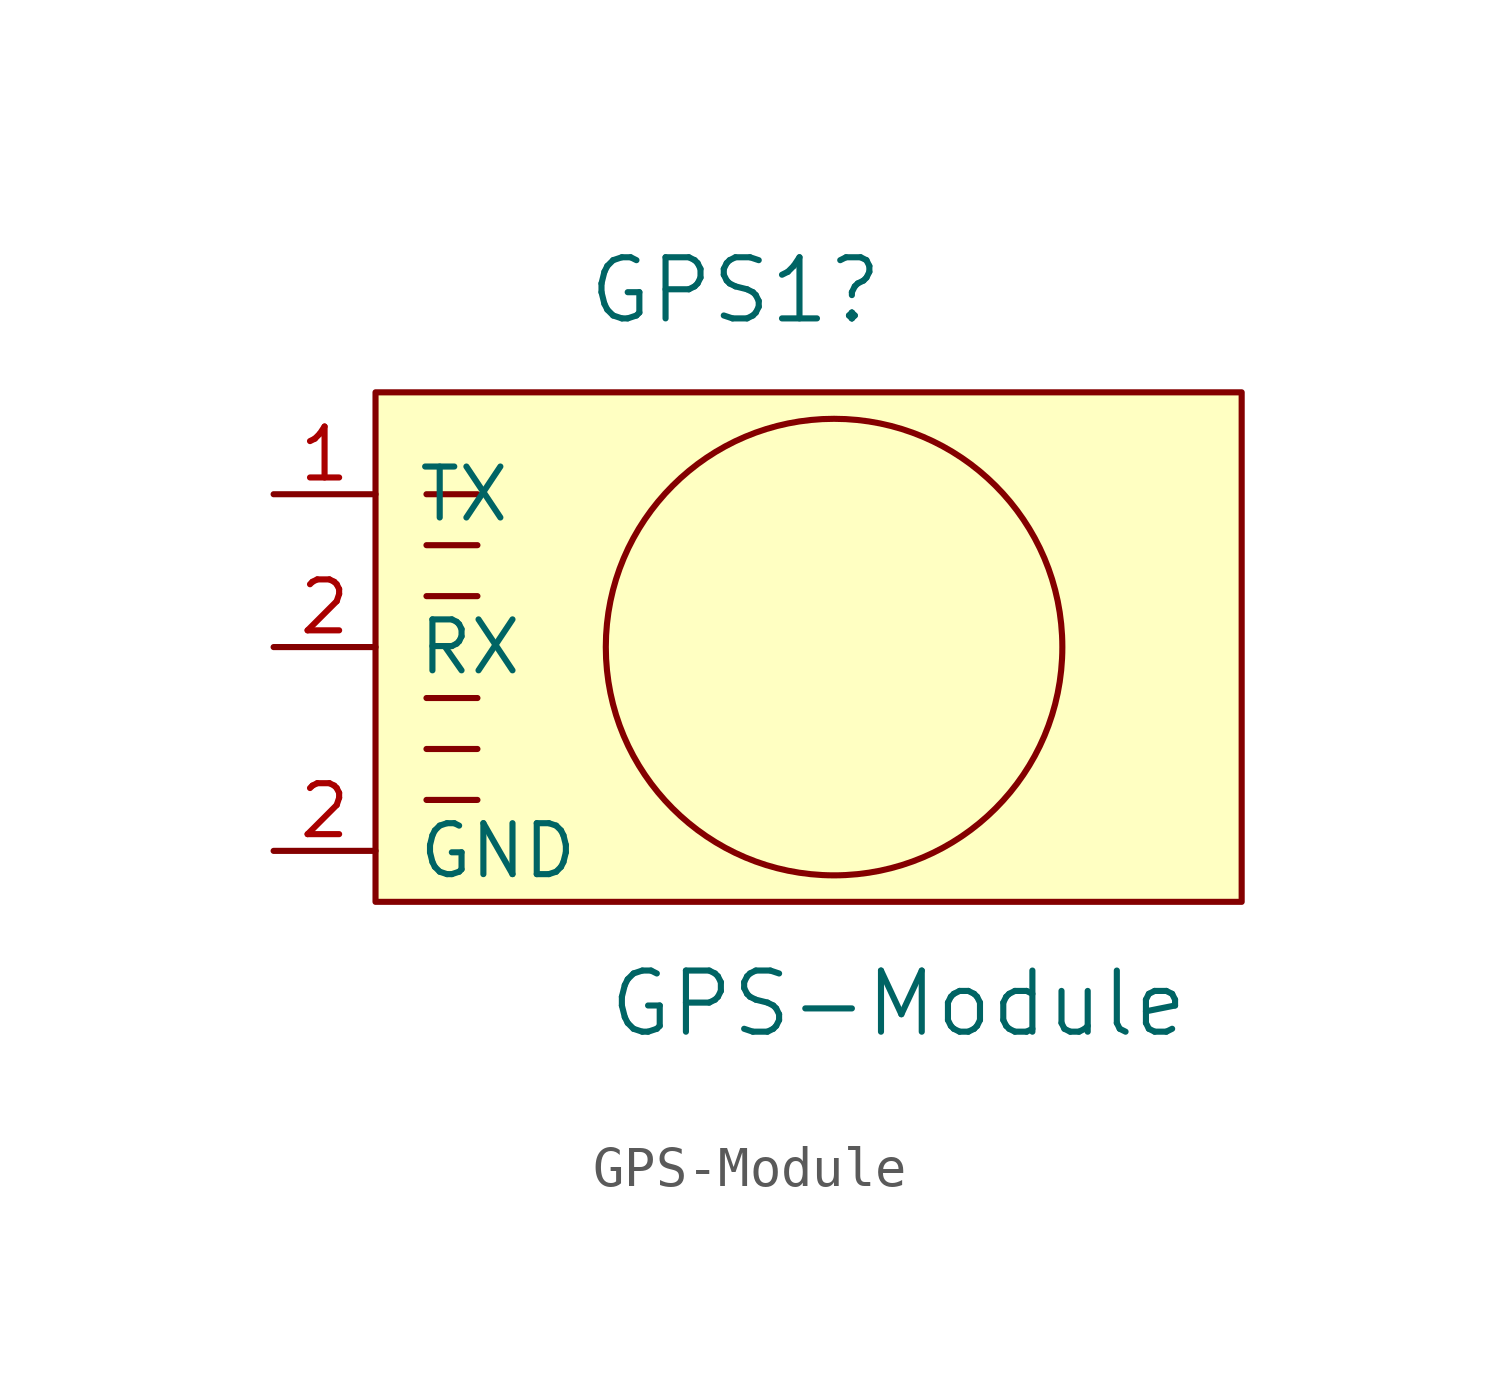
<source format=kicad_sym>
(kicad_symbol_lib
  (version 20211014)
  (generator kicad_symbol_editor)
  (symbol "GPS-Module"
    (pin_names
      (offset 1.016))
    (property "Reference" "GPS1"
      (at 1.27 10.16 0)
      (effects (font (size 1.524 1.524)) (justify right)))
    (property "Value" "GPS-Module"
      (at 8.89 -7.62 0)
      (effects (font (size 1.524 1.524)) (justify right)))
    (symbol "GPS-Module_0_1"
      (rectangle (start -11.43 7.62) (end 10.16 -5.08) (stroke (width 0) (type default) (color 0 0 0 0)) (fill (type background)))
      (polyline (pts (xy -10.16 -2.54) (xy -8.89 -2.54)) (stroke (width 0) (type default) (color 0 0 0 0)) (fill (type none)))
      (polyline (pts (xy -10.16 -1.27) (xy -8.89 -1.27)) (stroke (width 0) (type default) (color 0 0 0 0)) (fill (type none)))
      (polyline (pts (xy -10.16 0) (xy -8.89 0)) (stroke (width 0) (type default) (color 0 0 0 0)) (fill (type none)))
      (polyline (pts (xy -10.16 2.54) (xy -8.89 2.54)) (stroke (width 0) (type default) (color 0 0 0 0)) (fill (type none)))
      (polyline (pts (xy -10.16 3.81) (xy -8.89 3.81)) (stroke (width 0) (type default) (color 0 0 0 0)) (fill (type none)))
      (polyline (pts (xy -10.16 5.08) (xy -8.89 5.08)) (stroke (width 0) (type default) (color 0 0 0 0)) (fill (type none)))
      (circle (center 0 1.27) (radius 5.69) (stroke (width 0) (type default) (color 0 0 0 0)) (fill (type none))))
    (symbol "GPS-Module_1_1"
      (pin output line (at -13.97 5.08 0) (length 2.54) (name "TX" (effects (font (size 1.27 1.27)))) (number "1" (effects (font (size 1.27 1.27)))))
      (pin power_in line (at -13.97 -3.81 0) (length 2.54) (name "GND" (effects (font (size 1.27 1.27)))) (number "2" (effects (font (size 1.27 1.27)))))
      (pin input line (at -13.97 1.27 0) (length 2.54) (name "RX" (effects (font (size 1.27 1.27)))) (number "2" (effects (font (size 1.27 1.27))))))))
</source>
